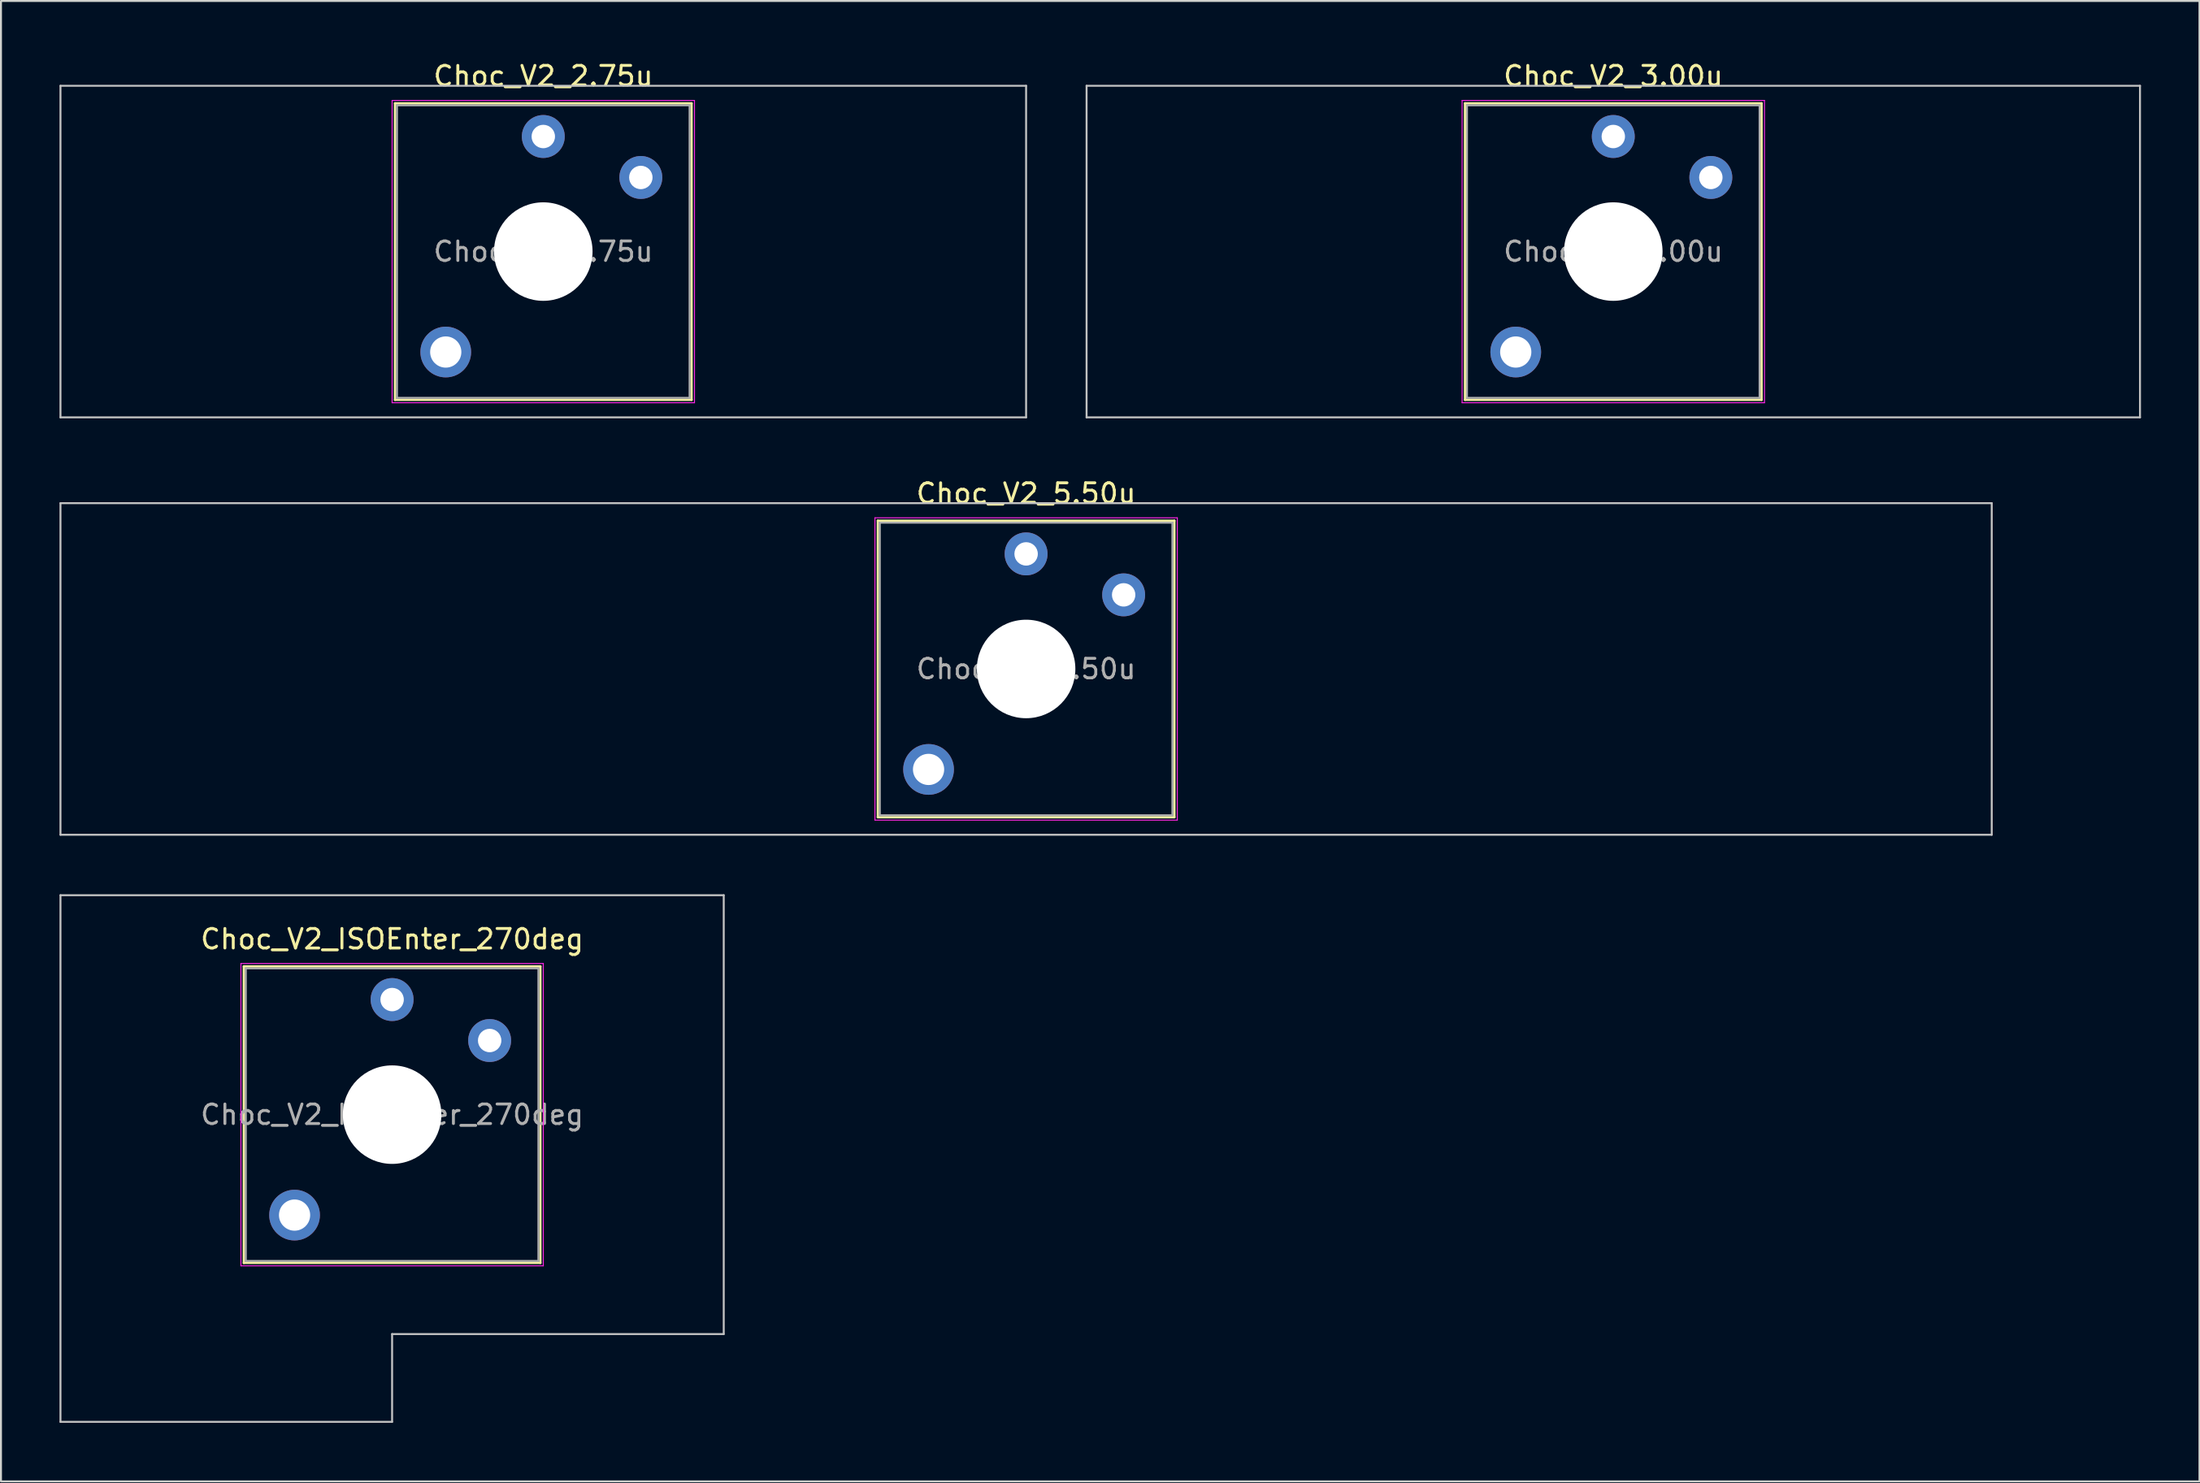
<source format=kicad_pcb>
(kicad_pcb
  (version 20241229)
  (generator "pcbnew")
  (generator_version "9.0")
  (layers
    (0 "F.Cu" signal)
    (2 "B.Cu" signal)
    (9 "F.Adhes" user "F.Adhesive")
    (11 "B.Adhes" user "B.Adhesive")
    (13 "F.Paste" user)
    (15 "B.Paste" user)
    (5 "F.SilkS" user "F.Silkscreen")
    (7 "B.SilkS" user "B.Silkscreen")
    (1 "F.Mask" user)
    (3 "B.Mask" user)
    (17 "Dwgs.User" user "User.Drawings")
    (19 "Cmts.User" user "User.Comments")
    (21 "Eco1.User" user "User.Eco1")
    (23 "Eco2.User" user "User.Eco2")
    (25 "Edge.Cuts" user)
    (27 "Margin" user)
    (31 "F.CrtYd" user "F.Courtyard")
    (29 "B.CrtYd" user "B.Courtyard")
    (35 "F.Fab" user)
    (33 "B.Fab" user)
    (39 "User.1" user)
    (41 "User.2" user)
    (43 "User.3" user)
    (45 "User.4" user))
  (footprint "Choc_V2_3.00u"
    (layer "F.Cu")
    (at 79.65 9.848)
    (property "Reference" "Choc_V2_3.00u" (at 0 -9 0) (layer "F.SilkS") (effects (font (size 1 1) (thickness 0.15))))
    (attr through_hole)
    (fp_line (start -7.6 -7.6) (end -7.6 7.6) (stroke (width 0.12) (type solid)) (layer "F.SilkS"))
    (fp_line (start -7.6 7.6) (end 7.6 7.6) (stroke (width 0.12) (type solid)) (layer "F.SilkS"))
    (fp_line (start 7.6 -7.6) (end -7.6 -7.6) (stroke (width 0.12) (type solid)) (layer "F.SilkS"))
    (fp_line (start 7.6 7.6) (end 7.6 -7.6) (stroke (width 0.12) (type solid)) (layer "F.SilkS"))
    (fp_line (start -27 -8.5) (end -27 8.5) (stroke (width 0.1) (type solid)) (layer "Dwgs.User"))
    (fp_line (start -27 8.5) (end 27 8.5) (stroke (width 0.1) (type solid)) (layer "Dwgs.User"))
    (fp_line (start 27 -8.5) (end -27 -8.5) (stroke (width 0.1) (type solid)) (layer "Dwgs.User"))
    (fp_line (start 27 8.5) (end 27 -8.5) (stroke (width 0.1) (type solid)) (layer "Dwgs.User"))
    (fp_line (start -7.25 -7.25) (end -7.25 7.25) (stroke (width 0.1) (type solid)) (layer "Eco1.User"))
    (fp_line (start -7.25 7.25) (end 7.25 7.25) (stroke (width 0.1) (type solid)) (layer "Eco1.User"))
    (fp_line (start 7.25 -7.25) (end -7.25 -7.25) (stroke (width 0.1) (type solid)) (layer "Eco1.User"))
    (fp_line (start 7.25 7.25) (end 7.25 -7.25) (stroke (width 0.1) (type solid)) (layer "Eco1.User"))
    (fp_line (start -7.75 -7.75) (end -7.75 7.75) (stroke (width 0.05) (type solid)) (layer "F.CrtYd"))
    (fp_line (start -7.75 7.75) (end 7.75 7.75) (stroke (width 0.05) (type solid)) (layer "F.CrtYd"))
    (fp_line (start 7.75 -7.75) (end -7.75 -7.75) (stroke (width 0.05) (type solid)) (layer "F.CrtYd"))
    (fp_line (start 7.75 7.75) (end 7.75 -7.75) (stroke (width 0.05) (type solid)) (layer "F.CrtYd"))
    (fp_line (start -7.5 -7.5) (end -7.5 7.5) (stroke (width 0.1) (type solid)) (layer "F.Fab"))
    (fp_line (start -7.5 7.5) (end 7.5 7.5) (stroke (width 0.1) (type solid)) (layer "F.Fab"))
    (fp_line (start 7.5 -7.5) (end -7.5 -7.5) (stroke (width 0.1) (type solid)) (layer "F.Fab"))
    (fp_line (start 7.5 7.5) (end 7.5 -7.5) (stroke (width 0.1) (type solid)) (layer "F.Fab"))
    (fp_text user "${REFERENCE}" (at 0 0 0) (layer "F.Fab") (effects (font (size 1 1) (thickness 0.15))))
    (pad "" thru_hole circle (at -5 5.15) (size 2.6 2.6) (drill 1.6) (layers "*.Cu" "*.Mask"))
    (pad "" np_thru_hole circle (at 0 0) (size 5.05 5.05) (drill 5.05) (layers "*.Cu" "*.Mask"))
    (pad "1" thru_hole circle (at 0 -5.9) (size 2.2 2.2) (drill 1.2) (layers "*.Cu" "*.Mask"))
    (pad "2" thru_hole circle (at 5 -3.8) (size 2.2 2.2) (drill 1.2) (layers "*.Cu" "*.Mask")))
  (footprint "Choc_V2_ISOEnter_270deg"
    (layer "F.Cu")
    (at 17.05 54.096)
    (property "Reference" "Choc_V2_ISOEnter_270deg" (at 0 -9 0) (layer "F.SilkS") (effects (font (size 1 1) (thickness 0.15))))
    (attr through_hole)
    (fp_line (start -7.6 -7.6) (end -7.6 7.6) (stroke (width 0.12) (type solid)) (layer "F.SilkS"))
    (fp_line (start -7.6 7.6) (end 7.6 7.6) (stroke (width 0.12) (type solid)) (layer "F.SilkS"))
    (fp_line (start 7.6 -7.6) (end -7.6 -7.6) (stroke (width 0.12) (type solid)) (layer "F.SilkS"))
    (fp_line (start 7.6 7.6) (end 7.6 -7.6) (stroke (width 0.12) (type solid)) (layer "F.SilkS"))
    (fp_line (start -17 -11.25) (end -17 15.75) (stroke (width 0.1) (type solid)) (layer "Dwgs.User"))
    (fp_line (start -17 15.75) (end 0 15.75) (stroke (width 0.1) (type solid)) (layer "Dwgs.User"))
    (fp_line (start 0 11.25) (end 17 11.25) (stroke (width 0.1) (type solid)) (layer "Dwgs.User"))
    (fp_line (start 0 15.75) (end 0 11.25) (stroke (width 0.1) (type solid)) (layer "Dwgs.User"))
    (fp_line (start 17 -11.25) (end -17 -11.25) (stroke (width 0.1) (type solid)) (layer "Dwgs.User"))
    (fp_line (start 17 11.25) (end 17 -11.25) (stroke (width 0.1) (type solid)) (layer "Dwgs.User"))
    (fp_line (start -7.25 -7.25) (end -7.25 7.25) (stroke (width 0.1) (type solid)) (layer "Eco1.User"))
    (fp_line (start -7.25 7.25) (end 7.25 7.25) (stroke (width 0.1) (type solid)) (layer "Eco1.User"))
    (fp_line (start 7.25 -7.25) (end -7.25 -7.25) (stroke (width 0.1) (type solid)) (layer "Eco1.User"))
    (fp_line (start 7.25 7.25) (end 7.25 -7.25) (stroke (width 0.1) (type solid)) (layer "Eco1.User"))
    (fp_line (start -7.75 -7.75) (end -7.75 7.75) (stroke (width 0.05) (type solid)) (layer "F.CrtYd"))
    (fp_line (start -7.75 7.75) (end 7.75 7.75) (stroke (width 0.05) (type solid)) (layer "F.CrtYd"))
    (fp_line (start 7.75 -7.75) (end -7.75 -7.75) (stroke (width 0.05) (type solid)) (layer "F.CrtYd"))
    (fp_line (start 7.75 7.75) (end 7.75 -7.75) (stroke (width 0.05) (type solid)) (layer "F.CrtYd"))
    (fp_line (start -7.5 -7.5) (end -7.5 7.5) (stroke (width 0.1) (type solid)) (layer "F.Fab"))
    (fp_line (start -7.5 7.5) (end 7.5 7.5) (stroke (width 0.1) (type solid)) (layer "F.Fab"))
    (fp_line (start 7.5 -7.5) (end -7.5 -7.5) (stroke (width 0.1) (type solid)) (layer "F.Fab"))
    (fp_line (start 7.5 7.5) (end 7.5 -7.5) (stroke (width 0.1) (type solid)) (layer "F.Fab"))
    (fp_text user "${REFERENCE}" (at 0 0 0) (layer "F.Fab") (effects (font (size 1 1) (thickness 0.15))))
    (pad "" thru_hole circle (at -5 5.15) (size 2.6 2.6) (drill 1.6) (layers "*.Cu" "*.Mask"))
    (pad "" np_thru_hole circle (at 0 0) (size 5.05 5.05) (drill 5.05) (layers "*.Cu" "*.Mask"))
    (pad "1" thru_hole circle (at 0 -5.9) (size 2.2 2.2) (drill 1.2) (layers "*.Cu" "*.Mask"))
    (pad "2" thru_hole circle (at 5 -3.8) (size 2.2 2.2) (drill 1.2) (layers "*.Cu" "*.Mask")))
  (footprint "Choc_V2_2.75u"
    (layer "F.Cu")
    (at 24.8 9.848)
    (property "Reference" "Choc_V2_2.75u" (at 0 -9 0) (layer "F.SilkS") (effects (font (size 1 1) (thickness 0.15))))
    (attr through_hole)
    (fp_line (start -7.6 -7.6) (end -7.6 7.6) (stroke (width 0.12) (type solid)) (layer "F.SilkS"))
    (fp_line (start -7.6 7.6) (end 7.6 7.6) (stroke (width 0.12) (type solid)) (layer "F.SilkS"))
    (fp_line (start 7.6 -7.6) (end -7.6 -7.6) (stroke (width 0.12) (type solid)) (layer "F.SilkS"))
    (fp_line (start 7.6 7.6) (end 7.6 -7.6) (stroke (width 0.12) (type solid)) (layer "F.SilkS"))
    (fp_line (start -24.75 -8.5) (end -24.75 8.5) (stroke (width 0.1) (type solid)) (layer "Dwgs.User"))
    (fp_line (start -24.75 8.5) (end 24.75 8.5) (stroke (width 0.1) (type solid)) (layer "Dwgs.User"))
    (fp_line (start 24.75 -8.5) (end -24.75 -8.5) (stroke (width 0.1) (type solid)) (layer "Dwgs.User"))
    (fp_line (start 24.75 8.5) (end 24.75 -8.5) (stroke (width 0.1) (type solid)) (layer "Dwgs.User"))
    (fp_line (start -7.25 -7.25) (end -7.25 7.25) (stroke (width 0.1) (type solid)) (layer "Eco1.User"))
    (fp_line (start -7.25 7.25) (end 7.25 7.25) (stroke (width 0.1) (type solid)) (layer "Eco1.User"))
    (fp_line (start 7.25 -7.25) (end -7.25 -7.25) (stroke (width 0.1) (type solid)) (layer "Eco1.User"))
    (fp_line (start 7.25 7.25) (end 7.25 -7.25) (stroke (width 0.1) (type solid)) (layer "Eco1.User"))
    (fp_line (start -7.75 -7.75) (end -7.75 7.75) (stroke (width 0.05) (type solid)) (layer "F.CrtYd"))
    (fp_line (start -7.75 7.75) (end 7.75 7.75) (stroke (width 0.05) (type solid)) (layer "F.CrtYd"))
    (fp_line (start 7.75 -7.75) (end -7.75 -7.75) (stroke (width 0.05) (type solid)) (layer "F.CrtYd"))
    (fp_line (start 7.75 7.75) (end 7.75 -7.75) (stroke (width 0.05) (type solid)) (layer "F.CrtYd"))
    (fp_line (start -7.5 -7.5) (end -7.5 7.5) (stroke (width 0.1) (type solid)) (layer "F.Fab"))
    (fp_line (start -7.5 7.5) (end 7.5 7.5) (stroke (width 0.1) (type solid)) (layer "F.Fab"))
    (fp_line (start 7.5 -7.5) (end -7.5 -7.5) (stroke (width 0.1) (type solid)) (layer "F.Fab"))
    (fp_line (start 7.5 7.5) (end 7.5 -7.5) (stroke (width 0.1) (type solid)) (layer "F.Fab"))
    (fp_text user "${REFERENCE}" (at 0 0 0) (layer "F.Fab") (effects (font (size 1 1) (thickness 0.15))))
    (pad "" thru_hole circle (at -5 5.15) (size 2.6 2.6) (drill 1.6) (layers "*.Cu" "*.Mask"))
    (pad "" np_thru_hole circle (at 0 0) (size 5.05 5.05) (drill 5.05) (layers "*.Cu" "*.Mask"))
    (pad "1" thru_hole circle (at 0 -5.9) (size 2.2 2.2) (drill 1.2) (layers "*.Cu" "*.Mask"))
    (pad "2" thru_hole circle (at 5 -3.8) (size 2.2 2.2) (drill 1.2) (layers "*.Cu" "*.Mask")))
  (footprint "Choc_V2_5.50u"
    (layer "F.Cu")
    (at 49.55 31.247)
    (property "Reference" "Choc_V2_5.50u" (at 0 -9 0) (layer "F.SilkS") (effects (font (size 1 1) (thickness 0.15))))
    (attr through_hole)
    (fp_line (start -7.6 -7.6) (end -7.6 7.6) (stroke (width 0.12) (type solid)) (layer "F.SilkS"))
    (fp_line (start -7.6 7.6) (end 7.6 7.6) (stroke (width 0.12) (type solid)) (layer "F.SilkS"))
    (fp_line (start 7.6 -7.6) (end -7.6 -7.6) (stroke (width 0.12) (type solid)) (layer "F.SilkS"))
    (fp_line (start 7.6 7.6) (end 7.6 -7.6) (stroke (width 0.12) (type solid)) (layer "F.SilkS"))
    (fp_line (start -49.5 -8.5) (end -49.5 8.5) (stroke (width 0.1) (type solid)) (layer "Dwgs.User"))
    (fp_line (start -49.5 8.5) (end 49.5 8.5) (stroke (width 0.1) (type solid)) (layer "Dwgs.User"))
    (fp_line (start 49.5 -8.5) (end -49.5 -8.5) (stroke (width 0.1) (type solid)) (layer "Dwgs.User"))
    (fp_line (start 49.5 8.5) (end 49.5 -8.5) (stroke (width 0.1) (type solid)) (layer "Dwgs.User"))
    (fp_line (start -7.25 -7.25) (end -7.25 7.25) (stroke (width 0.1) (type solid)) (layer "Eco1.User"))
    (fp_line (start -7.25 7.25) (end 7.25 7.25) (stroke (width 0.1) (type solid)) (layer "Eco1.User"))
    (fp_line (start 7.25 -7.25) (end -7.25 -7.25) (stroke (width 0.1) (type solid)) (layer "Eco1.User"))
    (fp_line (start 7.25 7.25) (end 7.25 -7.25) (stroke (width 0.1) (type solid)) (layer "Eco1.User"))
    (fp_line (start -7.75 -7.75) (end -7.75 7.75) (stroke (width 0.05) (type solid)) (layer "F.CrtYd"))
    (fp_line (start -7.75 7.75) (end 7.75 7.75) (stroke (width 0.05) (type solid)) (layer "F.CrtYd"))
    (fp_line (start 7.75 -7.75) (end -7.75 -7.75) (stroke (width 0.05) (type solid)) (layer "F.CrtYd"))
    (fp_line (start 7.75 7.75) (end 7.75 -7.75) (stroke (width 0.05) (type solid)) (layer "F.CrtYd"))
    (fp_line (start -7.5 -7.5) (end -7.5 7.5) (stroke (width 0.1) (type solid)) (layer "F.Fab"))
    (fp_line (start -7.5 7.5) (end 7.5 7.5) (stroke (width 0.1) (type solid)) (layer "F.Fab"))
    (fp_line (start 7.5 -7.5) (end -7.5 -7.5) (stroke (width 0.1) (type solid)) (layer "F.Fab"))
    (fp_line (start 7.5 7.5) (end 7.5 -7.5) (stroke (width 0.1) (type solid)) (layer "F.Fab"))
    (fp_text user "${REFERENCE}" (at 0 0 0) (layer "F.Fab") (effects (font (size 1 1) (thickness 0.15))))
    (pad "" thru_hole circle (at -5 5.15) (size 2.6 2.6) (drill 1.6) (layers "*.Cu" "*.Mask"))
    (pad "" np_thru_hole circle (at 0 0) (size 5.05 5.05) (drill 5.05) (layers "*.Cu" "*.Mask"))
    (pad "1" thru_hole circle (at 0 -5.9) (size 2.2 2.2) (drill 1.2) (layers "*.Cu" "*.Mask"))
    (pad "2" thru_hole circle (at 5 -3.8) (size 2.2 2.2) (drill 1.2) (layers "*.Cu" "*.Mask")))
  (gr_rect
    (start -3 -3)
    (end 109.7 72.897)
    (stroke (width 0.1) (type default))
    (fill no)
    (layer "Edge.Cuts")))
</source>
